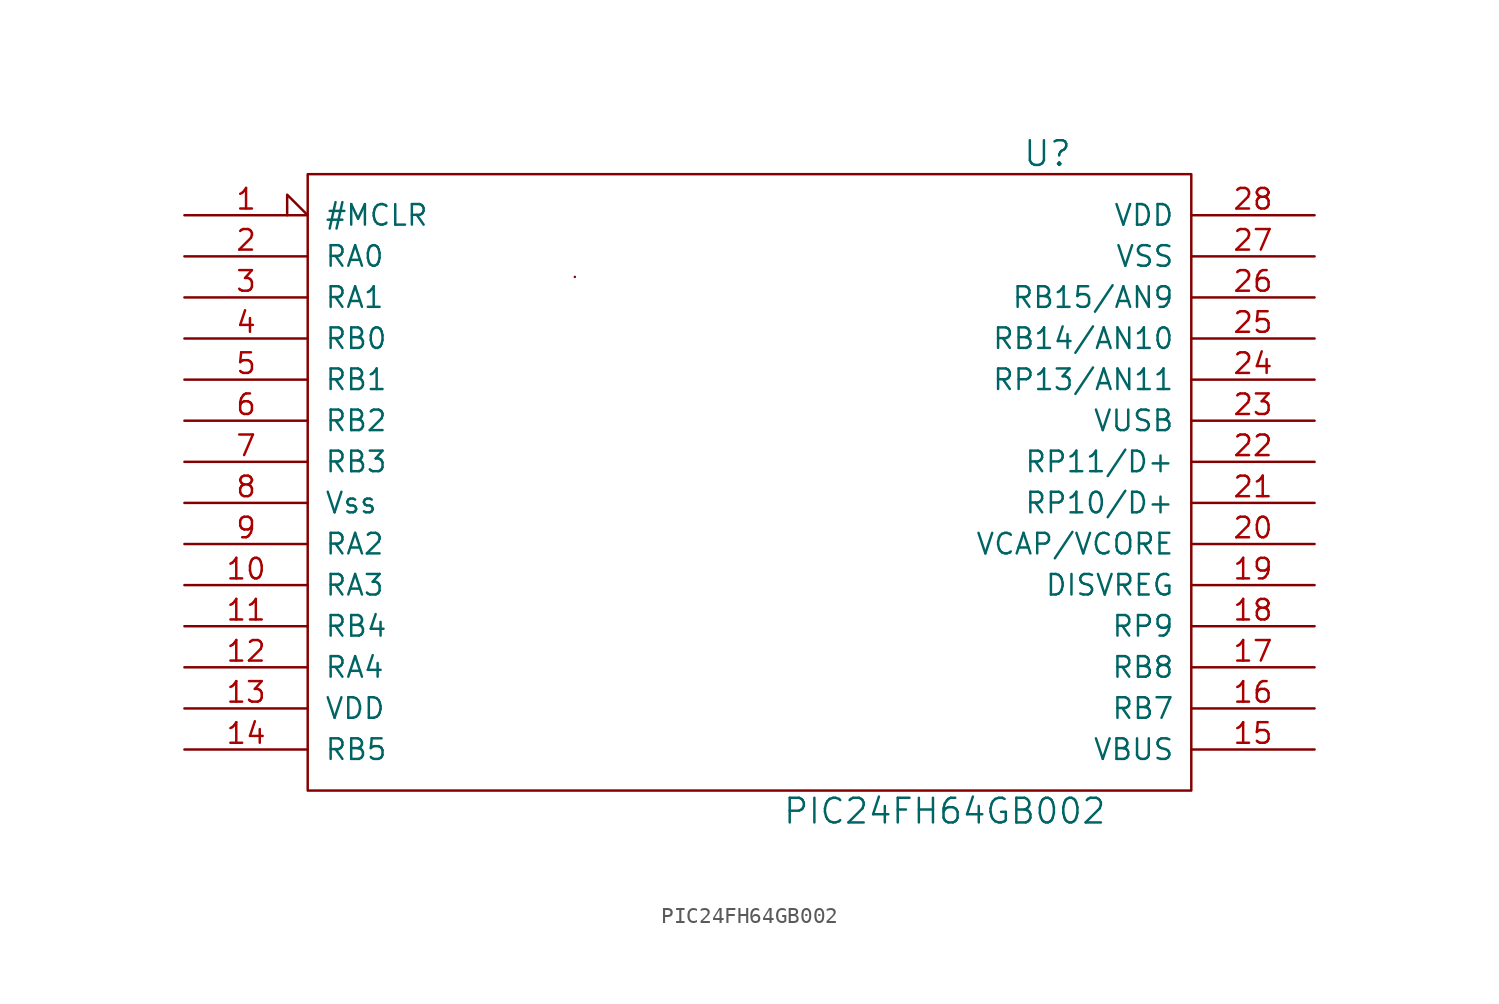
<source format=kicad_sym>
(kicad_symbol_lib
  (version 20220914)
  (generator kicad_symbol_editor)
  (symbol "PIC24FH64GB002"
    (pin_names
      (offset 1.016))
    (property "Reference" "U"
      (at 17.78 19.05 0)
      (effects (font (size 1.524 1.524))))
    (property "Value" "PIC24FH64GB002"
      (at 11.43 -21.59 0)
      (effects (font (size 1.524 1.524))))
    (property "Footprint" ""
      (at 0 0 0)
      (effects (font (size 1.524 1.524))))
    (property "Datasheet" ""
      (at 0 0 0)
      (effects (font (size 1.524 1.524))))
    (symbol "PIC24FH64GB002_0_1"
      (rectangle (start -27.94 17.78) (end 26.67 -20.32) (stroke (width 0) (type solid)) (fill (type none)))
      (rectangle (start -11.43 11.43) (end -11.43 11.43) (stroke (width 0) (type solid)) (fill (type none))))
    (symbol "PIC24FH64GB002_1_1"
      (pin input input_low (at -35.56 15.24 0) (length 7.62) (name "#MCLR" (effects (font (size 1.27 1.27)))) (number "1" (effects (font (size 1.27 1.27)))))
      (pin input line (at -35.56 -7.62 0) (length 7.62) (name "RA3" (effects (font (size 1.27 1.27)))) (number "10" (effects (font (size 1.27 1.27)))))
      (pin input line (at -35.56 -10.16 0) (length 7.62) (name "RB4" (effects (font (size 1.27 1.27)))) (number "11" (effects (font (size 1.27 1.27)))))
      (pin input line (at -35.56 -12.7 0) (length 7.62) (name "RA4" (effects (font (size 1.27 1.27)))) (number "12" (effects (font (size 1.27 1.27)))))
      (pin power_in line (at -35.56 -15.24 0) (length 7.62) (name "VDD" (effects (font (size 1.27 1.27)))) (number "13" (effects (font (size 1.27 1.27)))))
      (pin input line (at -35.56 -17.78 0) (length 7.62) (name "RB5" (effects (font (size 1.27 1.27)))) (number "14" (effects (font (size 1.27 1.27)))))
      (pin input line (at 34.29 -17.78 180) (length 7.62) (name "VBUS" (effects (font (size 1.27 1.27)))) (number "15" (effects (font (size 1.27 1.27)))))
      (pin input line (at 34.29 -15.24 180) (length 7.62) (name "RB7" (effects (font (size 1.27 1.27)))) (number "16" (effects (font (size 1.27 1.27)))))
      (pin input line (at 34.29 -12.7 180) (length 7.62) (name "RB8" (effects (font (size 1.27 1.27)))) (number "17" (effects (font (size 1.27 1.27)))))
      (pin input line (at 34.29 -10.16 180) (length 7.62) (name "RP9" (effects (font (size 1.27 1.27)))) (number "18" (effects (font (size 1.27 1.27)))))
      (pin input line (at 34.29 -7.62 180) (length 7.62) (name "DISVREG" (effects (font (size 1.27 1.27)))) (number "19" (effects (font (size 1.27 1.27)))))
      (pin input line (at -35.56 12.7 0) (length 7.62) (name "RA0" (effects (font (size 1.27 1.27)))) (number "2" (effects (font (size 1.27 1.27)))))
      (pin input line (at 34.29 -5.08 180) (length 7.62) (name "VCAP/VCORE" (effects (font (size 1.27 1.27)))) (number "20" (effects (font (size 1.27 1.27)))))
      (pin input line (at 34.29 -2.54 180) (length 7.62) (name "RP10/D+" (effects (font (size 1.27 1.27)))) (number "21" (effects (font (size 1.27 1.27)))))
      (pin input line (at 34.29 0 180) (length 7.62) (name "RP11/D+" (effects (font (size 1.27 1.27)))) (number "22" (effects (font (size 1.27 1.27)))))
      (pin input line (at 34.29 2.54 180) (length 7.62) (name "VUSB" (effects (font (size 1.27 1.27)))) (number "23" (effects (font (size 1.27 1.27)))))
      (pin input line (at 34.29 5.08 180) (length 7.62) (name "RP13/AN11" (effects (font (size 1.27 1.27)))) (number "24" (effects (font (size 1.27 1.27)))))
      (pin input line (at 34.29 7.62 180) (length 7.62) (name "RB14/AN10" (effects (font (size 1.27 1.27)))) (number "25" (effects (font (size 1.27 1.27)))))
      (pin input line (at 34.29 10.16 180) (length 7.62) (name "RB15/AN9" (effects (font (size 1.27 1.27)))) (number "26" (effects (font (size 1.27 1.27)))))
      (pin power_in line (at 34.29 12.7 180) (length 7.62) (name "VSS" (effects (font (size 1.27 1.27)))) (number "27" (effects (font (size 1.27 1.27)))))
      (pin power_in line (at 34.29 15.24 180) (length 7.62) (name "VDD" (effects (font (size 1.27 1.27)))) (number "28" (effects (font (size 1.27 1.27)))))
      (pin input line (at -35.56 10.16 0) (length 7.62) (name "RA1" (effects (font (size 1.27 1.27)))) (number "3" (effects (font (size 1.27 1.27)))))
      (pin input line (at -35.56 7.62 0) (length 7.62) (name "RB0" (effects (font (size 1.27 1.27)))) (number "4" (effects (font (size 1.27 1.27)))))
      (pin input line (at -35.56 5.08 0) (length 7.62) (name "RB1" (effects (font (size 1.27 1.27)))) (number "5" (effects (font (size 1.27 1.27)))))
      (pin input line (at -35.56 2.54 0) (length 7.62) (name "RB2" (effects (font (size 1.27 1.27)))) (number "6" (effects (font (size 1.27 1.27)))))
      (pin input line (at -35.56 0 0) (length 7.62) (name "RB3" (effects (font (size 1.27 1.27)))) (number "7" (effects (font (size 1.27 1.27)))))
      (pin power_in line (at -35.56 -2.54 0) (length 7.62) (name "Vss" (effects (font (size 1.27 1.27)))) (number "8" (effects (font (size 1.27 1.27)))))
      (pin input line (at -35.56 -5.08 0) (length 7.62) (name "RA2" (effects (font (size 1.27 1.27)))) (number "9" (effects (font (size 1.27 1.27))))))))
</source>
